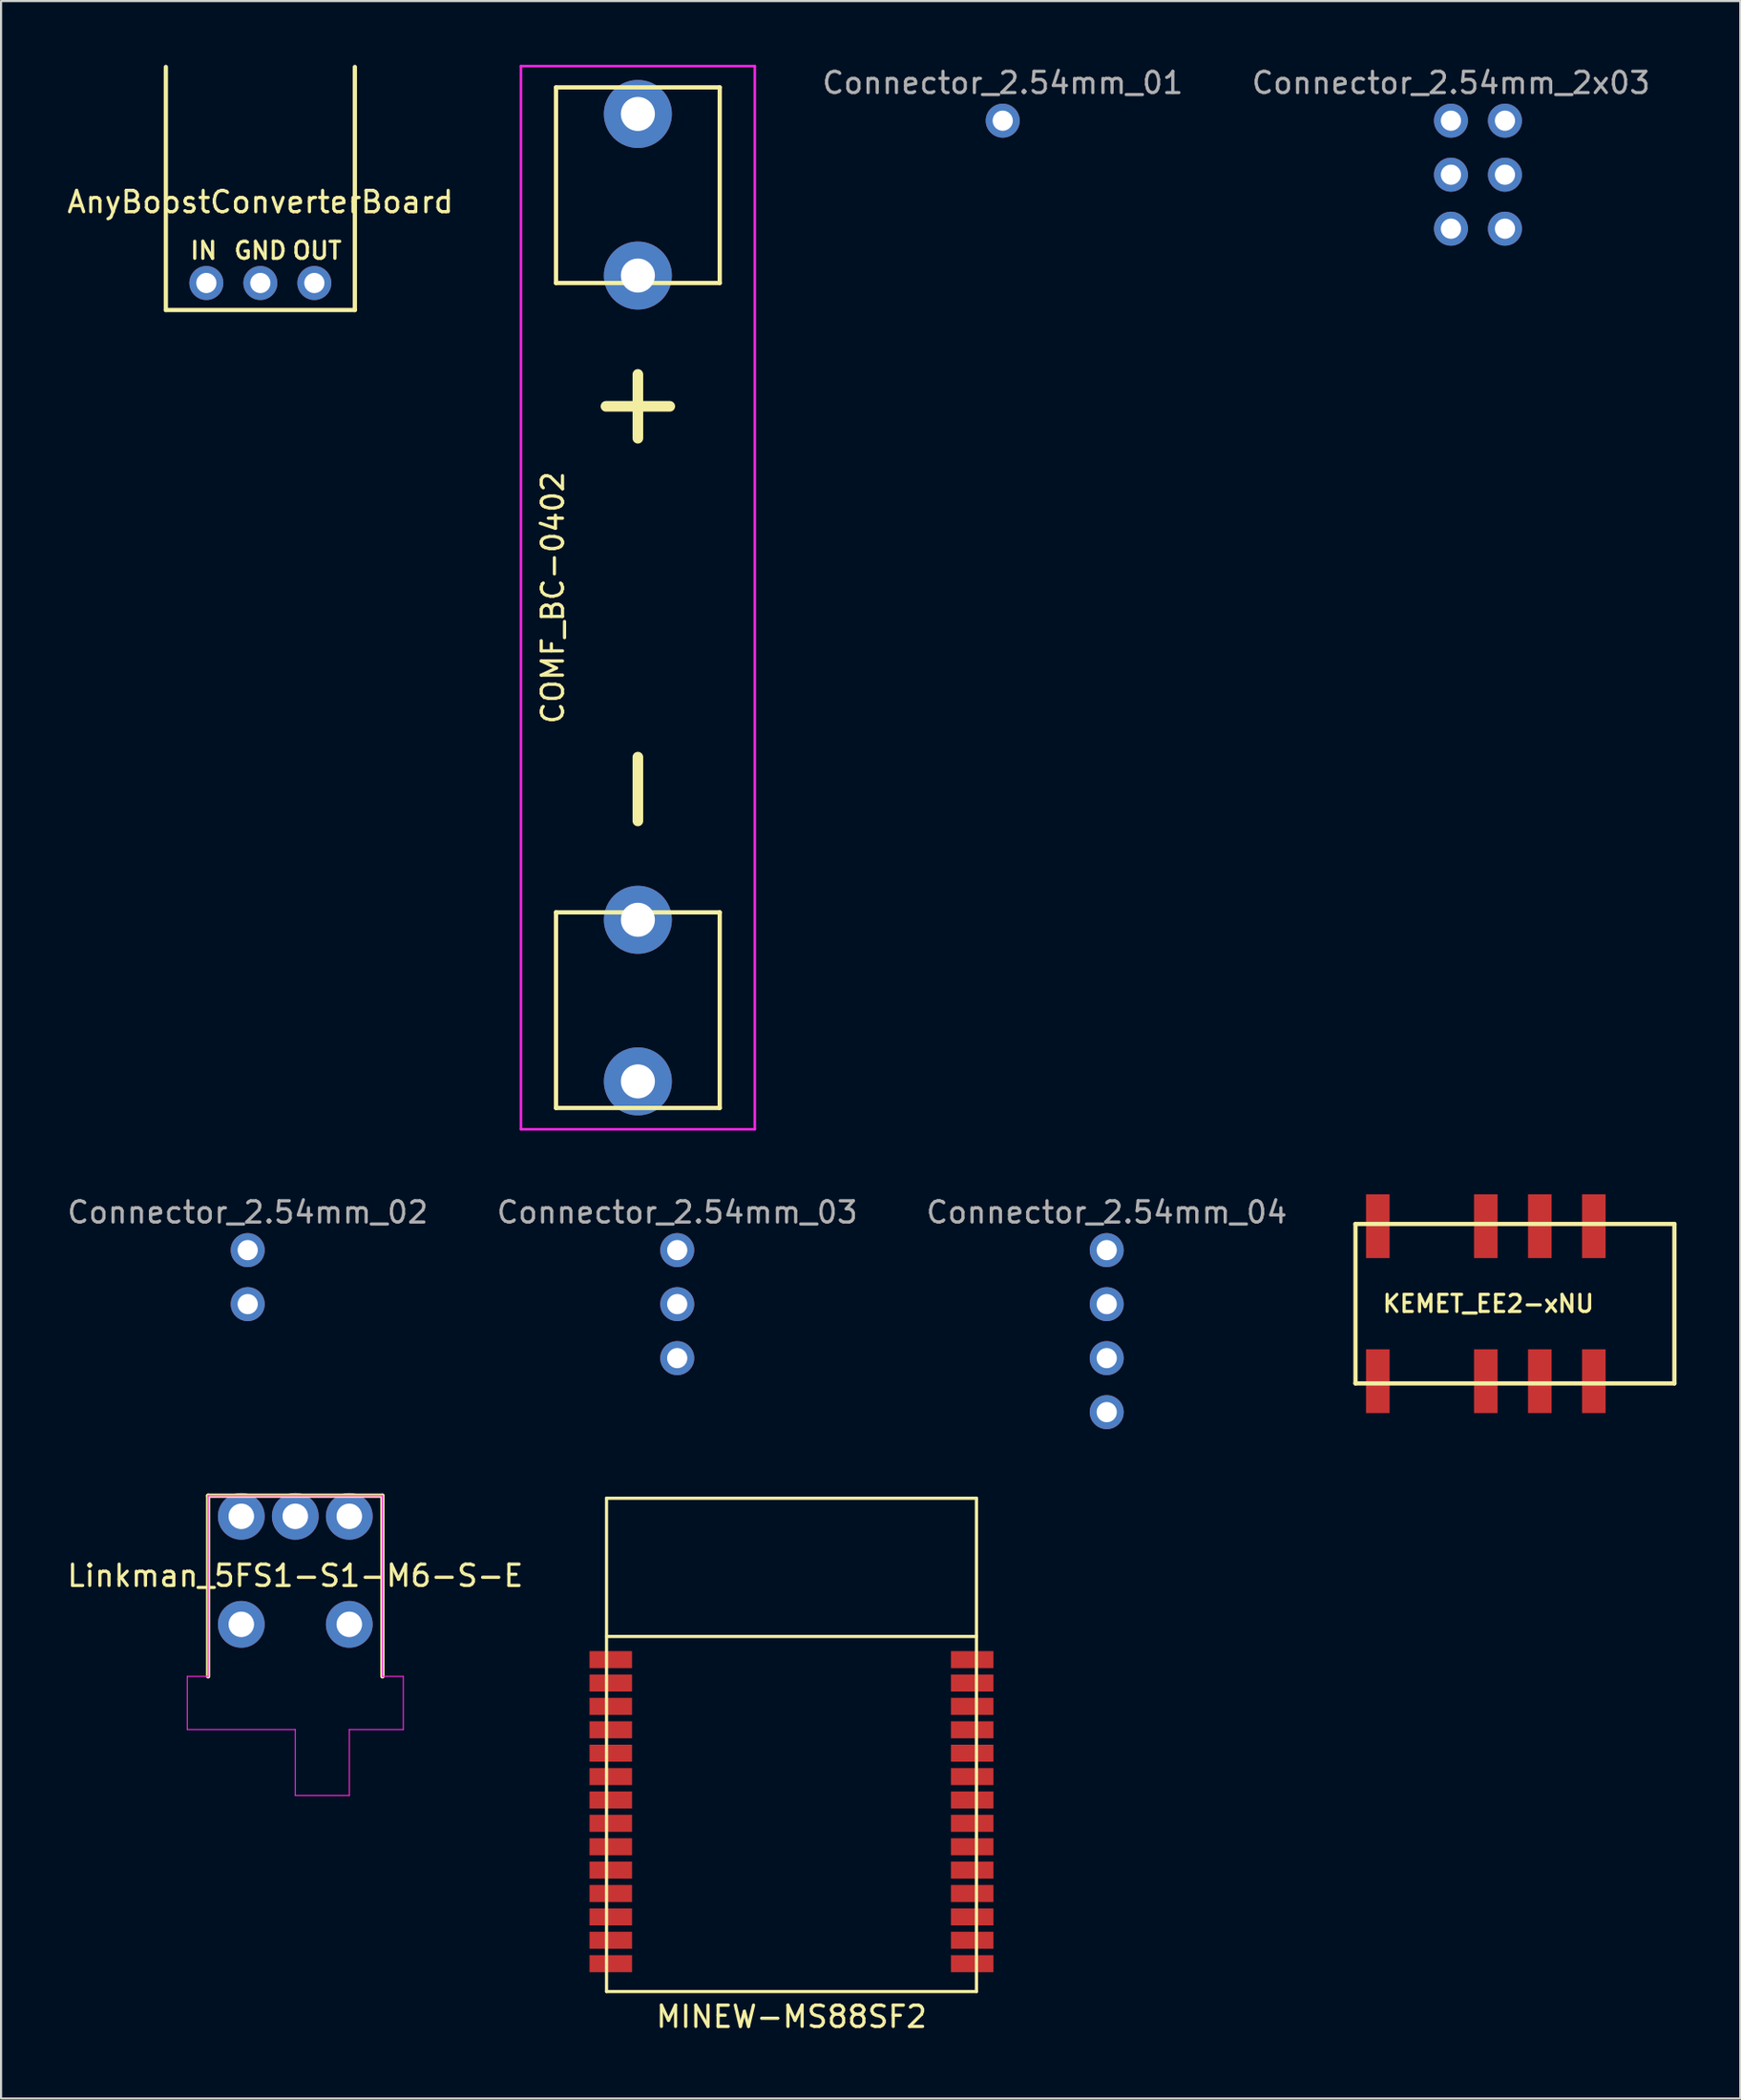
<source format=kicad_pcb>
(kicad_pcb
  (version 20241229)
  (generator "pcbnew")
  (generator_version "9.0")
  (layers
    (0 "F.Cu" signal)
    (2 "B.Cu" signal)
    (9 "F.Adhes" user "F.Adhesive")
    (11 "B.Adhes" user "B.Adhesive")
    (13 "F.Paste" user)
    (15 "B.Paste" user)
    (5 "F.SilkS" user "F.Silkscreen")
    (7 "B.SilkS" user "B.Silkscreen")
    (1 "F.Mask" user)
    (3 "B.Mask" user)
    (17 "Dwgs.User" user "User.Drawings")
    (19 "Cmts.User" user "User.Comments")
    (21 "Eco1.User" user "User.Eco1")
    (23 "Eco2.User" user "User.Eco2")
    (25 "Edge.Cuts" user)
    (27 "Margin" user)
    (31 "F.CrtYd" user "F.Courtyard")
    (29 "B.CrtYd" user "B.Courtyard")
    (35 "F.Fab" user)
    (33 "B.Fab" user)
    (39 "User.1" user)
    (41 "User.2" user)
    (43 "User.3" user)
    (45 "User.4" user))
  (footprint "KEMET_EE2-xNU"
    (layer "F.Cu")
    (at 66.837 58.265)
    (property "Reference" "KEMET_EE2-xNU" (at 0.12 0 0) (layer "F.SilkS") (effects (font (size 0.8 0.8) (thickness 0.15))))
    (attr smd)
    (fp_line (start -6.13 -3.75) (end -6.13 3.75) (stroke (width 0.2) (type solid)) (layer "F.SilkS"))
    (fp_line (start -6.13 3.75) (end 8.87 3.75) (stroke (width 0.2) (type solid)) (layer "F.SilkS"))
    (fp_line (start 8.87 -3.75) (end -6.13 -3.75) (stroke (width 0.2) (type solid)) (layer "F.SilkS"))
    (fp_line (start 8.87 3.75) (end 8.87 -3.75) (stroke (width 0.2) (type solid)) (layer "F.SilkS"))
    (pad "1" smd rect (at -5.08 3.645) (size 1.11 3) (layers "F.Cu" "F.Mask" "F.Paste"))
    (pad "3" smd rect (at 0 3.645) (size 1.11 3) (layers "F.Cu" "F.Mask" "F.Paste"))
    (pad "4" smd rect (at 2.54 3.645) (size 1.11 3) (layers "F.Cu" "F.Mask" "F.Paste"))
    (pad "5" smd rect (at 5.08 3.645) (size 1.11 3) (layers "F.Cu" "F.Mask" "F.Paste"))
    (pad "8" smd rect (at 5.08 -3.645) (size 1.11 3) (layers "F.Cu" "F.Mask" "F.Paste"))
    (pad "9" smd rect (at 2.54 -3.645) (size 1.11 3) (layers "F.Cu" "F.Mask" "F.Paste"))
    (pad "10" smd rect (at 0 -3.645) (size 1.11 3) (layers "F.Cu" "F.Mask" "F.Paste"))
    (pad "12" smd rect (at -5.08 -3.645) (size 1.11 3) (layers "F.Cu" "F.Mask" "F.Paste")))
  (footprint "Linkman_5FS1-S1-M6-S-E"
    (layer "F.Cu")
    (at 10.839 68.266)
    (property "Reference" "Linkman_5FS1-S1-M6-S-E" (at 0 2.794 0) (layer "F.SilkS") (effects (font (size 1 1) (thickness 0.15))))
    (attr through_hole)
    (fp_line (start -4.1 -0.97) (end -4.1 7.53) (stroke (width 0.2) (type solid)) (layer "F.SilkS"))
    (fp_line (start -4.1 -0.97) (end 4.1 -0.97) (stroke (width 0.2) (type solid)) (layer "F.SilkS"))
    (fp_line (start 4.1 -0.97) (end 4.1 7.53) (stroke (width 0.2) (type solid)) (layer "F.SilkS"))
    (fp_line (start -5.08 7.53) (end -5.08 10.03) (stroke (width 0.05) (type solid)) (layer "F.CrtYd"))
    (fp_line (start -5.08 7.53) (end -4.1 7.53) (stroke (width 0.05) (type solid)) (layer "F.CrtYd"))
    (fp_line (start -5.08 10.03) (end 0 10.03) (stroke (width 0.05) (type solid)) (layer "F.CrtYd"))
    (fp_line (start -4.1 -0.97) (end -4.1 7.53) (stroke (width 0.05) (type solid)) (layer "F.CrtYd"))
    (fp_line (start -4.1 -0.97) (end 4.1 -0.97) (stroke (width 0.05) (type solid)) (layer "F.CrtYd"))
    (fp_line (start 0 10.03) (end 0 13.13) (stroke (width 0.05) (type solid)) (layer "F.CrtYd"))
    (fp_line (start 0 13.13) (end 2.54 13.13) (stroke (width 0.05) (type solid)) (layer "F.CrtYd"))
    (fp_line (start 2.54 10.03) (end 2.54 13.13) (stroke (width 0.05) (type solid)) (layer "F.CrtYd"))
    (fp_line (start 4.1 -0.97) (end 4.1 7.53) (stroke (width 0.05) (type solid)) (layer "F.CrtYd"))
    (fp_line (start 5.08 7.53) (end 4.1 7.53) (stroke (width 0.05) (type solid)) (layer "F.CrtYd"))
    (fp_line (start 5.08 7.53) (end 5.08 10.03) (stroke (width 0.05) (type solid)) (layer "F.CrtYd"))
    (fp_line (start 5.08 10.03) (end 2.54 10.03) (stroke (width 0.05) (type solid)) (layer "F.CrtYd"))
    (pad "" thru_hole circle (at -2.54 5.08) (size 2.2 2.2) (drill 1.2) (layers "*.Cu" "*.Mask"))
    (pad "" thru_hole circle (at 2.54 5.08) (size 2.2 2.2) (drill 1.2) (layers "*.Cu" "*.Mask"))
    (pad "1" thru_hole circle (at 2.54 0) (size 2.2 2.2) (drill 1.2) (layers "*.Cu" "*.Mask"))
    (pad "2" thru_hole circle (at 0 0) (size 2.2 2.2) (drill 1.2) (layers "*.Cu" "*.Mask"))
    (pad "3" thru_hole circle (at -2.54 0) (size 2.2 2.2) (drill 1.2) (layers "*.Cu" "*.Mask")))
  (footprint "AnyBoostConverterBoard"
    (layer "F.Cu")
    (at 9.196 10.26)
    (property "Reference" "AnyBoostConverterBoard" (at 0 -3.81 0) (layer "F.SilkS") (effects (font (size 1 1) (thickness 0.15))))
    (attr through_hole)
    (fp_line (start -4.445 1.27) (end -4.445 -10.16) (stroke (width 0.2) (type solid)) (layer "F.SilkS"))
    (fp_line (start 4.445 -10.16) (end 4.445 1.27) (stroke (width 0.2) (type solid)) (layer "F.SilkS"))
    (fp_line (start 4.445 1.27) (end -4.445 1.27) (stroke (width 0.2) (type solid)) (layer "F.SilkS"))
    (fp_text user "GND" (at 0 -1.524 0) (layer "F.SilkS") (effects (font (size 0.8 0.8) (thickness 0.15))))
    (fp_text user "IN" (at -2.667 -1.524 0) (layer "F.SilkS") (effects (font (size 0.8 0.8) (thickness 0.15))))
    (fp_text user "OUT" (at 2.667 -1.524 0) (layer "F.SilkS") (effects (font (size 0.8 0.8) (thickness 0.15))))
    (pad "1" thru_hole circle (at -2.54 0) (size 1.6 1.6) (drill 0.95) (layers "*.Cu" "*.Mask"))
    (pad "2" thru_hole circle (at 0 0) (size 1.6 1.6) (drill 0.95) (layers "*.Cu" "*.Mask"))
    (pad "3" thru_hole circle (at 2.54 0) (size 1.6 1.6) (drill 0.95) (layers "*.Cu" "*.Mask")))
  (footprint "Connector_2.54mm_2x03"
    (layer "F.Cu")
    (at 65.197 2.626)
    (property "Reference" "Connector_2.54mm_2x03" (at 0 -1.778 0) (layer "F.Fab") (effects (font (size 1 1) (thickness 0.15))))
    (attr through_hole)
    (pad "1" thru_hole circle (at 0 0) (size 1.6 1.6) (drill 0.95) (layers "*.Cu" "*.Mask"))
    (pad "2" thru_hole circle (at 2.54 0) (size 1.6 1.6) (drill 0.95) (layers "*.Cu" "*.Mask"))
    (pad "3" thru_hole circle (at 0 2.54) (size 1.6 1.6) (drill 0.95) (layers "*.Cu" "*.Mask"))
    (pad "4" thru_hole circle (at 2.54 2.54) (size 1.6 1.6) (drill 0.95) (layers "*.Cu" "*.Mask"))
    (pad "5" thru_hole circle (at 0 5.08) (size 1.6 1.6) (drill 0.95) (layers "*.Cu" "*.Mask"))
    (pad "6" thru_hole circle (at 2.54 5.08) (size 1.6 1.6) (drill 0.95) (layers "*.Cu" "*.Mask")))
  (footprint "MINEW-MS88SF2"
    (layer "F.Cu")
    (at 34.179 67.416)
    (property "Reference" "MINEW-MS88SF2" (at 0 24.384 0) (layer "F.SilkS") (effects (font (size 1 1) (thickness 0.15))))
    (attr through_hole)
    (fp_line (start -8.7 0) (end 8.7 0) (stroke (width 0.15) (type solid)) (layer "F.SilkS"))
    (fp_line (start -8.7 6.5) (end 8.7 6.5) (stroke (width 0.15) (type solid)) (layer "F.SilkS"))
    (fp_line (start -8.7 23.2) (end -8.7 0) (stroke (width 0.15) (type solid)) (layer "F.SilkS"))
    (fp_line (start 8.7 0) (end 8.7 23.2) (stroke (width 0.15) (type solid)) (layer "F.SilkS"))
    (fp_line (start 8.7 23.2) (end -8.7 23.2) (stroke (width 0.15) (type solid)) (layer "F.SilkS"))
    (pad "1" smd rect (at -8.5 7.59) (size 2 0.8) (layers "F.Cu" "F.Mask" "F.Paste"))
    (pad "2" smd rect (at -8.5 8.69) (size 2 0.8) (layers "F.Cu" "F.Mask" "F.Paste"))
    (pad "3" smd rect (at -8.5 9.79) (size 2 0.8) (layers "F.Cu" "F.Mask" "F.Paste"))
    (pad "4" smd rect (at -8.5 10.89) (size 2 0.8) (layers "F.Cu" "F.Mask" "F.Paste"))
    (pad "5" smd rect (at -8.5 11.99) (size 2 0.8) (layers "F.Cu" "F.Mask" "F.Paste"))
    (pad "6" smd rect (at -8.5 13.09) (size 2 0.8) (layers "F.Cu" "F.Mask" "F.Paste"))
    (pad "7" smd rect (at -8.5 14.19) (size 2 0.8) (layers "F.Cu" "F.Mask" "F.Paste"))
    (pad "8" smd rect (at -8.5 15.29) (size 2 0.8) (layers "F.Cu" "F.Mask" "F.Paste"))
    (pad "9" smd rect (at -8.5 16.39) (size 2 0.8) (layers "F.Cu" "F.Mask" "F.Paste"))
    (pad "10" smd rect (at -8.5 17.49) (size 2 0.8) (layers "F.Cu" "F.Mask" "F.Paste"))
    (pad "11" smd rect (at -8.5 18.59) (size 2 0.8) (layers "F.Cu" "F.Mask" "F.Paste"))
    (pad "12" smd rect (at -8.5 19.69) (size 2 0.8) (layers "F.Cu" "F.Mask" "F.Paste"))
    (pad "13" smd rect (at -8.5 20.79) (size 2 0.8) (layers "F.Cu" "F.Mask" "F.Paste"))
    (pad "14" smd rect (at -8.5 21.89) (size 2 0.8) (layers "F.Cu" "F.Mask" "F.Paste"))
    (pad "15" smd rect (at 8.5 21.89) (size 2 0.8) (layers "F.Cu" "F.Mask" "F.Paste"))
    (pad "16" smd rect (at 8.5 20.79) (size 2 0.8) (layers "F.Cu" "F.Mask" "F.Paste"))
    (pad "17" smd rect (at 8.5 19.69) (size 2 0.8) (layers "F.Cu" "F.Mask" "F.Paste"))
    (pad "18" smd rect (at 8.5 18.59) (size 2 0.8) (layers "F.Cu" "F.Mask" "F.Paste"))
    (pad "19" smd rect (at 8.5 17.49) (size 2 0.8) (layers "F.Cu" "F.Mask" "F.Paste"))
    (pad "20" smd rect (at 8.5 16.39) (size 2 0.8) (layers "F.Cu" "F.Mask" "F.Paste"))
    (pad "21" smd rect (at 8.5 15.29) (size 2 0.8) (layers "F.Cu" "F.Mask" "F.Paste"))
    (pad "22" smd rect (at 8.5 14.19) (size 2 0.8) (layers "F.Cu" "F.Mask" "F.Paste"))
    (pad "23" smd rect (at 8.5 13.09) (size 2 0.8) (layers "F.Cu" "F.Mask" "F.Paste"))
    (pad "24" smd rect (at 8.5 11.99) (size 2 0.8) (layers "F.Cu" "F.Mask" "F.Paste"))
    (pad "25" smd rect (at 8.5 10.89) (size 2 0.8) (layers "F.Cu" "F.Mask" "F.Paste"))
    (pad "26" smd rect (at 8.5 9.79) (size 2 0.8) (layers "F.Cu" "F.Mask" "F.Paste"))
    (pad "27" smd rect (at 8.5 8.69) (size 2 0.8) (layers "F.Cu" "F.Mask" "F.Paste"))
    (pad "28" smd rect (at 8.5 7.59) (size 2 0.8) (layers "F.Cu" "F.Mask" "F.Paste")))
  (footprint "Connector_2.54mm_03"
    (layer "F.Cu")
    (at 28.804 55.746)
    (property "Reference" "Connector_2.54mm_03" (at 0 -1.778 0) (layer "F.Fab") (effects (font (size 1 1) (thickness 0.15))))
    (attr through_hole)
    (pad "1" thru_hole circle (at 0 0) (size 1.6 1.6) (drill 0.95) (layers "*.Cu" "*.Mask"))
    (pad "2" thru_hole circle (at 0 2.54) (size 1.6 1.6) (drill 0.95) (layers "*.Cu" "*.Mask"))
    (pad "3" thru_hole circle (at 0 5.08) (size 1.6 1.6) (drill 0.95) (layers "*.Cu" "*.Mask")))
  (footprint "Connector_2.54mm_01"
    (layer "F.Cu")
    (at 44.114 2.626)
    (property "Reference" "Connector_2.54mm_01" (at 0 -1.778 0) (layer "F.Fab") (effects (font (size 1 1) (thickness 0.15))))
    (attr through_hole)
    (pad "1" thru_hole circle (at 0 0) (size 1.6 1.6) (drill 0.95) (layers "*.Cu" "*.Mask")))
  (footprint "Connector_2.54mm_04"
    (layer "F.Cu")
    (at 49.006 55.746)
    (property "Reference" "Connector_2.54mm_04" (at 0 -1.778 0) (layer "F.Fab") (effects (font (size 1 1) (thickness 0.15))))
    (attr through_hole)
    (pad "1" thru_hole circle (at 0 0) (size 1.6 1.6) (drill 0.95) (layers "*.Cu" "*.Mask"))
    (pad "2" thru_hole circle (at 0 2.54) (size 1.6 1.6) (drill 0.95) (layers "*.Cu" "*.Mask"))
    (pad "3" thru_hole circle (at 0 5.08) (size 1.6 1.6) (drill 0.95) (layers "*.Cu" "*.Mask"))
    (pad "4" thru_hole circle (at 0 7.62) (size 1.6 1.6) (drill 0.95) (layers "*.Cu" "*.Mask")))
  (footprint "Connector_2.54mm_02"
    (layer "F.Cu")
    (at 8.601 55.746)
    (property "Reference" "Connector_2.54mm_02" (at 0 -1.778 0) (layer "F.Fab") (effects (font (size 1 1) (thickness 0.15))))
    (attr through_hole)
    (pad "1" thru_hole circle (at 0 0) (size 1.6 1.6) (drill 0.95) (layers "*.Cu" "*.Mask"))
    (pad "2" thru_hole circle (at 0 2.54) (size 1.6 1.6) (drill 0.95) (layers "*.Cu" "*.Mask")))
  (footprint "COMF_BC-0402"
    (layer "F.Cu")
    (at 26.953 25.06)
    (property "Reference" "COMF_BC-0402" (at -4 0 90) (layer "F.SilkS") (effects (font (size 1 1) (thickness 0.15))))
    (attr through_hole)
    (fp_line (start -3.85 -24) (end -3.85 -14.8) (stroke (width 0.2) (type solid)) (layer "F.SilkS"))
    (fp_line (start -3.85 -14.8) (end 3.85 -14.8) (stroke (width 0.2) (type solid)) (layer "F.SilkS"))
    (fp_line (start -3.85 14.8) (end 3.85 14.8) (stroke (width 0.2) (type solid)) (layer "F.SilkS"))
    (fp_line (start -3.85 24) (end -3.85 14.8) (stroke (width 0.2) (type solid)) (layer "F.SilkS"))
    (fp_line (start -1.5 -9) (end 1.5 -9) (stroke (width 0.5) (type solid)) (layer "F.SilkS"))
    (fp_line (start 0 -10.5) (end 0 -7.5) (stroke (width 0.5) (type solid)) (layer "F.SilkS"))
    (fp_line (start 0 10.5) (end 0 7.5) (stroke (width 0.5) (type solid)) (layer "F.SilkS"))
    (fp_line (start 3.85 -24) (end -3.85 -24) (stroke (width 0.2) (type solid)) (layer "F.SilkS"))
    (fp_line (start 3.85 -14.8) (end 3.85 -24) (stroke (width 0.2) (type solid)) (layer "F.SilkS"))
    (fp_line (start 3.85 14.8) (end 3.85 24) (stroke (width 0.2) (type solid)) (layer "F.SilkS"))
    (fp_line (start 3.85 24) (end -3.85 24) (stroke (width 0.2) (type solid)) (layer "F.SilkS"))
    (fp_line (start -5.5 25) (end -5.5 -25) (stroke (width 0.12) (type solid)) (layer "F.CrtYd"))
    (fp_line (start -5.5 25) (end 5.5 25) (stroke (width 0.12) (type solid)) (layer "F.CrtYd"))
    (fp_line (start 5.5 -25) (end -5.5 -25) (stroke (width 0.12) (type solid)) (layer "F.CrtYd"))
    (fp_line (start 5.5 -25) (end 5.5 25) (stroke (width 0.12) (type solid)) (layer "F.CrtYd"))
    (pad "1" thru_hole circle (at 0 -22.75) (size 3.2 3.2) (drill 1.6) (layers "*.Cu" "*.Mask"))
    (pad "1" thru_hole circle (at 0 -15.15) (size 3.2 3.2) (drill 1.6) (layers "*.Cu" "*.Mask"))
    (pad "2" thru_hole circle (at 0 15.15) (size 3.2 3.2) (drill 1.6) (layers "*.Cu" "*.Mask"))
    (pad "2" thru_hole circle (at 0 22.75) (size 3.2 3.2) (drill 1.6) (layers "*.Cu" "*.Mask")))
  (gr_rect
    (start -3 -3)
    (end 78.807 95.648)
    (stroke (width 0.1) (type default))
    (fill no)
    (layer "Edge.Cuts")))
</source>
